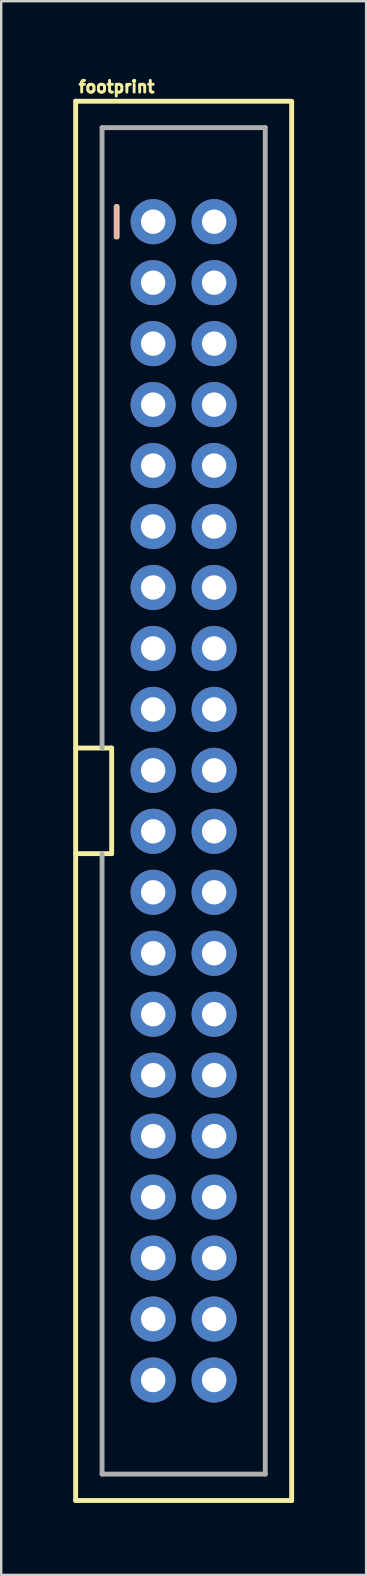
<source format=kicad_pcb>
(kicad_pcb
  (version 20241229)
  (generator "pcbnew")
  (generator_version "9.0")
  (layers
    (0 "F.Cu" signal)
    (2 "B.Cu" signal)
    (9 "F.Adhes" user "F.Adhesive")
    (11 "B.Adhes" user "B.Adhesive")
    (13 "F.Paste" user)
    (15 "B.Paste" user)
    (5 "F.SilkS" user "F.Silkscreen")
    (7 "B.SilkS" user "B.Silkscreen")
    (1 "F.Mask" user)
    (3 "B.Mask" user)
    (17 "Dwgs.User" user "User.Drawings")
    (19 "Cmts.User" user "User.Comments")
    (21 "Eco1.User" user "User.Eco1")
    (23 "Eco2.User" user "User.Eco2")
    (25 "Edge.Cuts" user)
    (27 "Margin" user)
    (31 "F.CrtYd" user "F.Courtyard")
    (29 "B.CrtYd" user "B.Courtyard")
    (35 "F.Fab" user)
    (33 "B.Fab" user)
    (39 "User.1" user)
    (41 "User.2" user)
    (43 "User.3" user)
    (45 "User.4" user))
  (footprint "footprint"
    (layer "F.Cu")
    (at 4.602 30.317)
    (property "Reference" "footprint" (at -4.445 -29.464 0) (layer "F.SilkS") (effects (font (size 0.488 0.488) (thickness 0.122)) (justify left bottom)))
    (fp_line (start -4.5 -29.15) (end 4.4 -29.15) (stroke (width 0.203) (type solid)) (layer "F.SilkS"))
    (fp_line (start -4.5 -2.2) (end -3 -2.2) (stroke (width 0.203) (type solid)) (layer "F.SilkS"))
    (fp_line (start -4.5 29.15) (end -4.5 -29.15) (stroke (width 0.203) (type solid)) (layer "F.SilkS"))
    (fp_line (start -3 -2.2) (end -3 2.2) (stroke (width 0.203) (type solid)) (layer "F.SilkS"))
    (fp_line (start -3 2.2) (end -4.5 2.2) (stroke (width 0.203) (type solid)) (layer "F.SilkS"))
    (fp_line (start -2.775 -24.765) (end -2.775 -23.495) (stroke (width 0.203) (type solid)) (layer "F.SilkS"))
    (fp_line (start 4.5 -29.15) (end 4.5 29.15) (stroke (width 0.203) (type solid)) (layer "F.SilkS"))
    (fp_line (start 4.5 29.15) (end -4.5 29.15) (stroke (width 0.203) (type solid)) (layer "F.SilkS"))
    (fp_line (start -2.813 -24.765) (end -2.813 -23.495) (stroke (width 0.203) (type solid)) (layer "B.SilkS"))
    (fp_line (start -3.4 -28.05) (end -3.4 -2.2) (stroke (width 0.203) (type solid)) (layer "F.Fab"))
    (fp_line (start -3.4 -28.05) (end 3.4 -28.05) (stroke (width 0.203) (type solid)) (layer "F.Fab"))
    (fp_line (start -3.4 28.05) (end -3.4 2.2) (stroke (width 0.203) (type solid)) (layer "F.Fab"))
    (fp_line (start -3.4 28.05) (end 3.4 28.05) (stroke (width 0.203) (type solid)) (layer "F.Fab"))
    (fp_line (start 3.4 -28.05) (end 3.4 28.05) (stroke (width 0.203) (type solid)) (layer "F.Fab"))
    (fp_poly (pts (xy -1.524 -23.876) (xy -1.016 -23.876) (xy -1.016 -24.384) (xy -1.524 -24.384)) (stroke (width 0.1) (type solid)) (fill no) (layer "F.Fab"))
    (fp_poly (pts (xy -1.524 -21.336) (xy -1.016 -21.336) (xy -1.016 -21.844) (xy -1.524 -21.844)) (stroke (width 0.1) (type solid)) (fill no) (layer "F.Fab"))
    (fp_poly (pts (xy -1.524 -18.796) (xy -1.016 -18.796) (xy -1.016 -19.304) (xy -1.524 -19.304)) (stroke (width 0.1) (type solid)) (fill no) (layer "F.Fab"))
    (fp_poly (pts (xy -1.524 -16.256) (xy -1.016 -16.256) (xy -1.016 -16.764) (xy -1.524 -16.764)) (stroke (width 0.1) (type solid)) (fill no) (layer "F.Fab"))
    (fp_poly (pts (xy -1.524 -16.256) (xy -1.016 -16.256) (xy -1.016 -16.764) (xy -1.524 -16.764)) (stroke (width 0.1) (type solid)) (fill no) (layer "F.Fab"))
    (fp_poly (pts (xy -1.524 -13.716) (xy -1.016 -13.716) (xy -1.016 -14.224) (xy -1.524 -14.224)) (stroke (width 0.1) (type solid)) (fill no) (layer "F.Fab"))
    (fp_poly (pts (xy -1.524 -11.176) (xy -1.016 -11.176) (xy -1.016 -11.684) (xy -1.524 -11.684)) (stroke (width 0.1) (type solid)) (fill no) (layer "F.Fab"))
    (fp_poly (pts (xy -1.524 -8.636) (xy -1.016 -8.636) (xy -1.016 -9.144) (xy -1.524 -9.144)) (stroke (width 0.1) (type solid)) (fill no) (layer "F.Fab"))
    (fp_poly (pts (xy -1.524 -6.096) (xy -1.016 -6.096) (xy -1.016 -6.604) (xy -1.524 -6.604)) (stroke (width 0.1) (type solid)) (fill no) (layer "F.Fab"))
    (fp_poly (pts (xy -1.524 -3.556) (xy -1.016 -3.556) (xy -1.016 -4.064) (xy -1.524 -4.064)) (stroke (width 0.1) (type solid)) (fill no) (layer "F.Fab"))
    (fp_poly (pts (xy -1.524 -3.556) (xy -1.016 -3.556) (xy -1.016 -4.064) (xy -1.524 -4.064)) (stroke (width 0.1) (type solid)) (fill no) (layer "F.Fab"))
    (fp_poly (pts (xy -1.524 -1.016) (xy -1.016 -1.016) (xy -1.016 -1.524) (xy -1.524 -1.524)) (stroke (width 0.1) (type solid)) (fill no) (layer "F.Fab"))
    (fp_poly (pts (xy -1.524 1.524) (xy -1.016 1.524) (xy -1.016 1.016) (xy -1.524 1.016)) (stroke (width 0.1) (type solid)) (fill no) (layer "F.Fab"))
    (fp_poly (pts (xy -1.524 4.064) (xy -1.016 4.064) (xy -1.016 3.556) (xy -1.524 3.556)) (stroke (width 0.1) (type solid)) (fill no) (layer "F.Fab"))
    (fp_poly (pts (xy -1.524 4.064) (xy -1.016 4.064) (xy -1.016 3.556) (xy -1.524 3.556)) (stroke (width 0.1) (type solid)) (fill no) (layer "F.Fab"))
    (fp_poly (pts (xy -1.524 6.604) (xy -1.016 6.604) (xy -1.016 6.096) (xy -1.524 6.096)) (stroke (width 0.1) (type solid)) (fill no) (layer "F.Fab"))
    (fp_poly (pts (xy -1.524 9.144) (xy -1.016 9.144) (xy -1.016 8.636) (xy -1.524 8.636)) (stroke (width 0.1) (type solid)) (fill no) (layer "F.Fab"))
    (fp_poly (pts (xy -1.524 11.684) (xy -1.016 11.684) (xy -1.016 11.176) (xy -1.524 11.176)) (stroke (width 0.1) (type solid)) (fill no) (layer "F.Fab"))
    (fp_poly (pts (xy -1.524 14.224) (xy -1.016 14.224) (xy -1.016 13.716) (xy -1.524 13.716)) (stroke (width 0.1) (type solid)) (fill no) (layer "F.Fab"))
    (fp_poly (pts (xy -1.524 16.764) (xy -1.016 16.764) (xy -1.016 16.256) (xy -1.524 16.256)) (stroke (width 0.1) (type solid)) (fill no) (layer "F.Fab"))
    (fp_poly (pts (xy -1.524 19.304) (xy -1.016 19.304) (xy -1.016 18.796) (xy -1.524 18.796)) (stroke (width 0.1) (type solid)) (fill no) (layer "F.Fab"))
    (fp_poly (pts (xy -1.524 21.844) (xy -1.016 21.844) (xy -1.016 21.336) (xy -1.524 21.336)) (stroke (width 0.1) (type solid)) (fill no) (layer "F.Fab"))
    (fp_poly (pts (xy -1.524 24.384) (xy -1.016 24.384) (xy -1.016 23.876) (xy -1.524 23.876)) (stroke (width 0.1) (type solid)) (fill no) (layer "F.Fab"))
    (fp_poly (pts (xy 1.016 -23.876) (xy 1.524 -23.876) (xy 1.524 -24.384) (xy 1.016 -24.384)) (stroke (width 0.1) (type solid)) (fill no) (layer "F.Fab"))
    (fp_poly (pts (xy 1.016 -21.336) (xy 1.524 -21.336) (xy 1.524 -21.844) (xy 1.016 -21.844)) (stroke (width 0.1) (type solid)) (fill no) (layer "F.Fab"))
    (fp_poly (pts (xy 1.016 -18.796) (xy 1.524 -18.796) (xy 1.524 -19.304) (xy 1.016 -19.304)) (stroke (width 0.1) (type solid)) (fill no) (layer "F.Fab"))
    (fp_poly (pts (xy 1.016 -16.256) (xy 1.524 -16.256) (xy 1.524 -16.764) (xy 1.016 -16.764)) (stroke (width 0.1) (type solid)) (fill no) (layer "F.Fab"))
    (fp_poly (pts (xy 1.016 -16.256) (xy 1.524 -16.256) (xy 1.524 -16.764) (xy 1.016 -16.764)) (stroke (width 0.1) (type solid)) (fill no) (layer "F.Fab"))
    (fp_poly (pts (xy 1.016 -13.716) (xy 1.524 -13.716) (xy 1.524 -14.224) (xy 1.016 -14.224)) (stroke (width 0.1) (type solid)) (fill no) (layer "F.Fab"))
    (fp_poly (pts (xy 1.016 -11.176) (xy 1.524 -11.176) (xy 1.524 -11.684) (xy 1.016 -11.684)) (stroke (width 0.1) (type solid)) (fill no) (layer "F.Fab"))
    (fp_poly (pts (xy 1.016 -8.636) (xy 1.524 -8.636) (xy 1.524 -9.144) (xy 1.016 -9.144)) (stroke (width 0.1) (type solid)) (fill no) (layer "F.Fab"))
    (fp_poly (pts (xy 1.016 -6.096) (xy 1.524 -6.096) (xy 1.524 -6.604) (xy 1.016 -6.604)) (stroke (width 0.1) (type solid)) (fill no) (layer "F.Fab"))
    (fp_poly (pts (xy 1.016 -3.556) (xy 1.524 -3.556) (xy 1.524 -4.064) (xy 1.016 -4.064)) (stroke (width 0.1) (type solid)) (fill no) (layer "F.Fab"))
    (fp_poly (pts (xy 1.016 -3.556) (xy 1.524 -3.556) (xy 1.524 -4.064) (xy 1.016 -4.064)) (stroke (width 0.1) (type solid)) (fill no) (layer "F.Fab"))
    (fp_poly (pts (xy 1.016 -1.016) (xy 1.524 -1.016) (xy 1.524 -1.524) (xy 1.016 -1.524)) (stroke (width 0.1) (type solid)) (fill no) (layer "F.Fab"))
    (fp_poly (pts (xy 1.016 1.524) (xy 1.524 1.524) (xy 1.524 1.016) (xy 1.016 1.016)) (stroke (width 0.1) (type solid)) (fill no) (layer "F.Fab"))
    (fp_poly (pts (xy 1.016 4.064) (xy 1.524 4.064) (xy 1.524 3.556) (xy 1.016 3.556)) (stroke (width 0.1) (type solid)) (fill no) (layer "F.Fab"))
    (fp_poly (pts (xy 1.016 4.064) (xy 1.524 4.064) (xy 1.524 3.556) (xy 1.016 3.556)) (stroke (width 0.1) (type solid)) (fill no) (layer "F.Fab"))
    (fp_poly (pts (xy 1.016 6.604) (xy 1.524 6.604) (xy 1.524 6.096) (xy 1.016 6.096)) (stroke (width 0.1) (type solid)) (fill no) (layer "F.Fab"))
    (fp_poly (pts (xy 1.016 9.144) (xy 1.524 9.144) (xy 1.524 8.636) (xy 1.016 8.636)) (stroke (width 0.1) (type solid)) (fill no) (layer "F.Fab"))
    (fp_poly (pts (xy 1.016 11.684) (xy 1.524 11.684) (xy 1.524 11.176) (xy 1.016 11.176)) (stroke (width 0.1) (type solid)) (fill no) (layer "F.Fab"))
    (fp_poly (pts (xy 1.016 14.224) (xy 1.524 14.224) (xy 1.524 13.716) (xy 1.016 13.716)) (stroke (width 0.1) (type solid)) (fill no) (layer "F.Fab"))
    (fp_poly (pts (xy 1.016 16.764) (xy 1.524 16.764) (xy 1.524 16.256) (xy 1.016 16.256)) (stroke (width 0.1) (type solid)) (fill no) (layer "F.Fab"))
    (fp_poly (pts (xy 1.016 19.304) (xy 1.524 19.304) (xy 1.524 18.796) (xy 1.016 18.796)) (stroke (width 0.1) (type solid)) (fill no) (layer "F.Fab"))
    (fp_poly (pts (xy 1.016 21.844) (xy 1.524 21.844) (xy 1.524 21.336) (xy 1.016 21.336)) (stroke (width 0.1) (type solid)) (fill no) (layer "F.Fab"))
    (fp_poly (pts (xy 1.016 24.384) (xy 1.524 24.384) (xy 1.524 23.876) (xy 1.016 23.876)) (stroke (width 0.1) (type solid)) (fill no) (layer "F.Fab"))
    (pad "1" thru_hole circle (at -1.27 -24.13 270) (size 1.88 1.88) (drill 1.016) (layers "*.Cu" "*.Mask"))
    (pad "2" thru_hole circle (at 1.27 -24.13 270) (size 1.88 1.88) (drill 1.016) (layers "*.Cu" "*.Mask"))
    (pad "3" thru_hole circle (at -1.27 -21.59 270) (size 1.88 1.88) (drill 1.016) (layers "*.Cu" "*.Mask"))
    (pad "4" thru_hole circle (at 1.27 -21.59 270) (size 1.88 1.88) (drill 1.016) (layers "*.Cu" "*.Mask"))
    (pad "5" thru_hole circle (at -1.27 -19.05 270) (size 1.88 1.88) (drill 1.016) (layers "*.Cu" "*.Mask"))
    (pad "6" thru_hole circle (at 1.27 -19.05 270) (size 1.88 1.88) (drill 1.016) (layers "*.Cu" "*.Mask"))
    (pad "7" thru_hole circle (at -1.27 -16.51 270) (size 1.88 1.88) (drill 1.016) (layers "*.Cu" "*.Mask"))
    (pad "8" thru_hole circle (at 1.27 -16.51 270) (size 1.88 1.88) (drill 1.016) (layers "*.Cu" "*.Mask"))
    (pad "9" thru_hole circle (at -1.27 -13.97 270) (size 1.88 1.88) (drill 1.016) (layers "*.Cu" "*.Mask"))
    (pad "10" thru_hole circle (at 1.27 -13.97 270) (size 1.88 1.88) (drill 1.016) (layers "*.Cu" "*.Mask"))
    (pad "11" thru_hole circle (at -1.27 -11.43 270) (size 1.88 1.88) (drill 1.016) (layers "*.Cu" "*.Mask"))
    (pad "12" thru_hole circle (at 1.27 -11.43 270) (size 1.88 1.88) (drill 1.016) (layers "*.Cu" "*.Mask"))
    (pad "13" thru_hole circle (at -1.27 -8.89 270) (size 1.88 1.88) (drill 1.016) (layers "*.Cu" "*.Mask"))
    (pad "14" thru_hole circle (at 1.27 -8.89 270) (size 1.88 1.88) (drill 1.016) (layers "*.Cu" "*.Mask"))
    (pad "15" thru_hole circle (at -1.27 -6.35 270) (size 1.88 1.88) (drill 1.016) (layers "*.Cu" "*.Mask"))
    (pad "16" thru_hole circle (at 1.27 -6.35 270) (size 1.88 1.88) (drill 1.016) (layers "*.Cu" "*.Mask"))
    (pad "17" thru_hole circle (at -1.27 -3.81 270) (size 1.88 1.88) (drill 1.016) (layers "*.Cu" "*.Mask"))
    (pad "18" thru_hole circle (at 1.27 -3.81 270) (size 1.88 1.88) (drill 1.016) (layers "*.Cu" "*.Mask"))
    (pad "19" thru_hole circle (at -1.27 -1.27 270) (size 1.88 1.88) (drill 1.016) (layers "*.Cu" "*.Mask"))
    (pad "20" thru_hole circle (at 1.27 -1.27 270) (size 1.88 1.88) (drill 1.016) (layers "*.Cu" "*.Mask"))
    (pad "21" thru_hole circle (at -1.27 1.27 270) (size 1.88 1.88) (drill 1.016) (layers "*.Cu" "*.Mask"))
    (pad "22" thru_hole circle (at 1.27 1.27 270) (size 1.88 1.88) (drill 1.016) (layers "*.Cu" "*.Mask"))
    (pad "23" thru_hole circle (at -1.27 3.81 270) (size 1.88 1.88) (drill 1.016) (layers "*.Cu" "*.Mask"))
    (pad "24" thru_hole circle (at 1.27 3.81 270) (size 1.88 1.88) (drill 1.016) (layers "*.Cu" "*.Mask"))
    (pad "25" thru_hole circle (at -1.27 6.35 270) (size 1.88 1.88) (drill 1.016) (layers "*.Cu" "*.Mask"))
    (pad "26" thru_hole circle (at 1.27 6.35 270) (size 1.88 1.88) (drill 1.016) (layers "*.Cu" "*.Mask"))
    (pad "27" thru_hole circle (at -1.27 8.89 270) (size 1.88 1.88) (drill 1.016) (layers "*.Cu" "*.Mask"))
    (pad "28" thru_hole circle (at 1.27 8.89 270) (size 1.88 1.88) (drill 1.016) (layers "*.Cu" "*.Mask"))
    (pad "29" thru_hole circle (at -1.27 11.43 270) (size 1.88 1.88) (drill 1.016) (layers "*.Cu" "*.Mask"))
    (pad "30" thru_hole circle (at 1.27 11.43 270) (size 1.88 1.88) (drill 1.016) (layers "*.Cu" "*.Mask"))
    (pad "31" thru_hole circle (at -1.27 13.97 270) (size 1.88 1.88) (drill 1.016) (layers "*.Cu" "*.Mask"))
    (pad "32" thru_hole circle (at 1.27 13.97 270) (size 1.88 1.88) (drill 1.016) (layers "*.Cu" "*.Mask"))
    (pad "33" thru_hole circle (at -1.27 16.51 270) (size 1.88 1.88) (drill 1.016) (layers "*.Cu" "*.Mask"))
    (pad "34" thru_hole circle (at 1.27 16.51 270) (size 1.88 1.88) (drill 1.016) (layers "*.Cu" "*.Mask"))
    (pad "35" thru_hole circle (at -1.27 19.05 270) (size 1.88 1.88) (drill 1.016) (layers "*.Cu" "*.Mask"))
    (pad "36" thru_hole circle (at 1.27 19.05 270) (size 1.88 1.88) (drill 1.016) (layers "*.Cu" "*.Mask"))
    (pad "37" thru_hole circle (at -1.27 21.59 270) (size 1.88 1.88) (drill 1.016) (layers "*.Cu" "*.Mask"))
    (pad "38" thru_hole circle (at 1.27 21.59 270) (size 1.88 1.88) (drill 1.016) (layers "*.Cu" "*.Mask"))
    (pad "39" thru_hole circle (at -1.27 24.13 270) (size 1.88 1.88) (drill 1.016) (layers "*.Cu" "*.Mask"))
    (pad "40" thru_hole circle (at 1.27 24.13 270) (size 1.88 1.88) (drill 1.016) (layers "*.Cu" "*.Mask")))
  (gr_rect
    (start -3 -3)
    (end 12.203 62.569)
    (stroke (width 0.1) (type default))
    (fill no)
    (layer "Edge.Cuts")))
</source>
